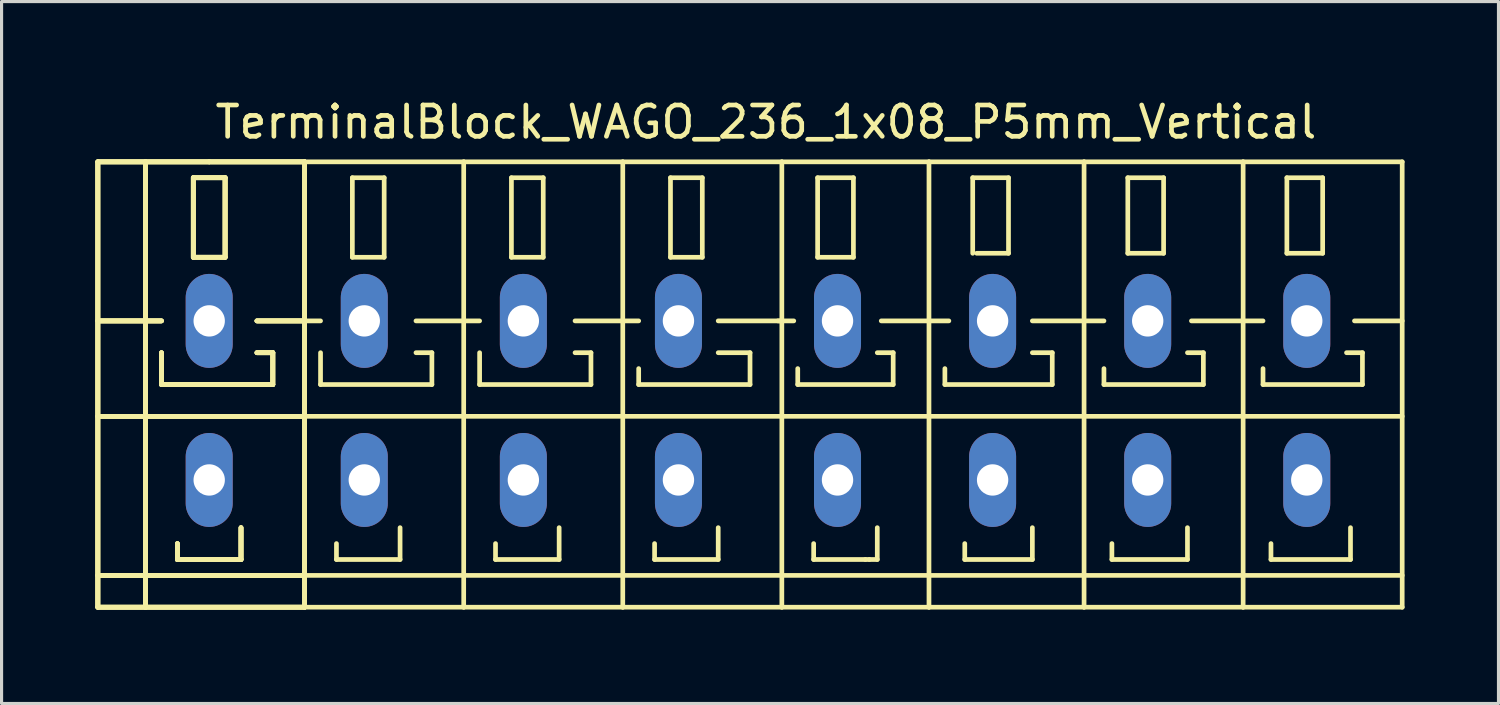
<source format=kicad_pcb>
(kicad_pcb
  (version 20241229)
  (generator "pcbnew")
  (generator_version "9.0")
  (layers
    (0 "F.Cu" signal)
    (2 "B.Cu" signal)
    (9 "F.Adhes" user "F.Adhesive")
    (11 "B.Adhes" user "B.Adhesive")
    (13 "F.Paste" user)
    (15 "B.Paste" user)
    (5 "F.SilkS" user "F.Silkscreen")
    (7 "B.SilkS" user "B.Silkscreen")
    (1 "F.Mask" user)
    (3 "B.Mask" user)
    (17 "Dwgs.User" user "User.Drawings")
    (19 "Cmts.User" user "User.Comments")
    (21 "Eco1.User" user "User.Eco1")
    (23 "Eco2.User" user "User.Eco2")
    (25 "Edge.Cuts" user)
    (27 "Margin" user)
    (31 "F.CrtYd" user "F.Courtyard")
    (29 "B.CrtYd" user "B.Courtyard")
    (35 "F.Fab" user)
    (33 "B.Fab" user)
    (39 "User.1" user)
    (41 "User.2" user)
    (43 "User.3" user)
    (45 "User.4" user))
  (footprint "TerminalBlock_WAGO_236_1x08_P5mm_Vertical"
    (layer "F.Cu")
    (at 21.411 9.738)
    (property "Reference" "TerminalBlock_WAGO_236_1x08_P5mm_Vertical" (at 0 -8.89 0) (layer "F.SilkS") (effects (font (size 1 1) (thickness 0.15))))
    (attr through_hole)
    (fp_line (start -21.336 -7.62) (end -19.812 -7.62) (stroke (width 0.15) (type solid)) (layer "F.SilkS"))
    (fp_line (start -21.336 -7.62) (end -19.812 -7.62) (stroke (width 0.15) (type solid)) (layer "F.SilkS"))
    (fp_line (start -21.336 -7.62) (end -19.812 -7.62) (stroke (width 0.15) (type solid)) (layer "F.SilkS"))
    (fp_line (start -21.336 -7.62) (end -19.812 -7.62) (stroke (width 0.15) (type solid)) (layer "F.SilkS"))
    (fp_line (start -21.336 -2.54) (end -19.304 -2.54) (stroke (width 0.15) (type solid)) (layer "F.SilkS"))
    (fp_line (start -21.336 -2.54) (end -19.304 -2.54) (stroke (width 0.15) (type solid)) (layer "F.SilkS"))
    (fp_line (start -21.336 -2.54) (end -19.304 -2.54) (stroke (width 0.15) (type solid)) (layer "F.SilkS"))
    (fp_line (start -21.336 -2.54) (end -19.304 -2.54) (stroke (width 0.15) (type solid)) (layer "F.SilkS"))
    (fp_line (start -21.336 0.508) (end -14.732 0.508) (stroke (width 0.15) (type solid)) (layer "F.SilkS"))
    (fp_line (start -21.336 0.508) (end -14.732 0.508) (stroke (width 0.15) (type solid)) (layer "F.SilkS"))
    (fp_line (start -21.336 0.508) (end -14.732 0.508) (stroke (width 0.15) (type solid)) (layer "F.SilkS"))
    (fp_line (start -21.336 0.508) (end -14.732 0.508) (stroke (width 0.15) (type solid)) (layer "F.SilkS"))
    (fp_line (start -21.336 5.588) (end -14.732 5.588) (stroke (width 0.15) (type solid)) (layer "F.SilkS"))
    (fp_line (start -21.336 5.588) (end -14.732 5.588) (stroke (width 0.15) (type solid)) (layer "F.SilkS"))
    (fp_line (start -21.336 5.588) (end -14.732 5.588) (stroke (width 0.15) (type solid)) (layer "F.SilkS"))
    (fp_line (start -21.336 5.588) (end -14.732 5.588) (stroke (width 0.15) (type solid)) (layer "F.SilkS"))
    (fp_line (start -21.336 6.604) (end -21.336 -7.62) (stroke (width 0.15) (type solid)) (layer "F.SilkS"))
    (fp_line (start -21.336 6.604) (end -21.336 -7.62) (stroke (width 0.15) (type solid)) (layer "F.SilkS"))
    (fp_line (start -21.336 6.604) (end -21.336 -7.62) (stroke (width 0.15) (type solid)) (layer "F.SilkS"))
    (fp_line (start -21.336 6.604) (end -21.336 -7.62) (stroke (width 0.15) (type solid)) (layer "F.SilkS"))
    (fp_line (start -19.812 -7.62) (end -17.78 -7.62) (stroke (width 0.15) (type solid)) (layer "F.SilkS"))
    (fp_line (start -19.812 -7.62) (end -17.78 -7.62) (stroke (width 0.15) (type solid)) (layer "F.SilkS"))
    (fp_line (start -19.812 -7.62) (end -17.78 -7.62) (stroke (width 0.15) (type solid)) (layer "F.SilkS"))
    (fp_line (start -19.812 -7.62) (end -17.78 -7.62) (stroke (width 0.15) (type solid)) (layer "F.SilkS"))
    (fp_line (start -19.812 6.604) (end -21.336 6.604) (stroke (width 0.15) (type solid)) (layer "F.SilkS"))
    (fp_line (start -19.812 6.604) (end -21.336 6.604) (stroke (width 0.15) (type solid)) (layer "F.SilkS"))
    (fp_line (start -19.812 6.604) (end -21.336 6.604) (stroke (width 0.15) (type solid)) (layer "F.SilkS"))
    (fp_line (start -19.812 6.604) (end -21.336 6.604) (stroke (width 0.15) (type solid)) (layer "F.SilkS"))
    (fp_line (start -19.812 6.604) (end -19.812 -7.62) (stroke (width 0.15) (type solid)) (layer "F.SilkS"))
    (fp_line (start -19.812 6.604) (end -19.812 -7.62) (stroke (width 0.15) (type solid)) (layer "F.SilkS"))
    (fp_line (start -19.812 6.604) (end -19.812 -7.62) (stroke (width 0.15) (type solid)) (layer "F.SilkS"))
    (fp_line (start -19.812 6.604) (end -19.812 -7.62) (stroke (width 0.15) (type solid)) (layer "F.SilkS"))
    (fp_line (start -19.304 -1.524) (end -19.304 -0.508) (stroke (width 0.15) (type solid)) (layer "F.SilkS"))
    (fp_line (start -19.304 -1.524) (end -19.304 -0.508) (stroke (width 0.15) (type solid)) (layer "F.SilkS"))
    (fp_line (start -19.304 -1.524) (end -19.304 -0.508) (stroke (width 0.15) (type solid)) (layer "F.SilkS"))
    (fp_line (start -19.304 -1.524) (end -19.304 -0.508) (stroke (width 0.15) (type solid)) (layer "F.SilkS"))
    (fp_line (start -19.304 -0.508) (end -15.748 -0.508) (stroke (width 0.15) (type solid)) (layer "F.SilkS"))
    (fp_line (start -19.304 -0.508) (end -15.748 -0.508) (stroke (width 0.15) (type solid)) (layer "F.SilkS"))
    (fp_line (start -19.304 -0.508) (end -15.748 -0.508) (stroke (width 0.15) (type solid)) (layer "F.SilkS"))
    (fp_line (start -19.304 -0.508) (end -15.748 -0.508) (stroke (width 0.15) (type solid)) (layer "F.SilkS"))
    (fp_line (start -18.796 4.572) (end -18.796 5.08) (stroke (width 0.15) (type solid)) (layer "F.SilkS"))
    (fp_line (start -18.796 4.572) (end -18.796 5.08) (stroke (width 0.15) (type solid)) (layer "F.SilkS"))
    (fp_line (start -18.796 4.572) (end -18.796 5.08) (stroke (width 0.15) (type solid)) (layer "F.SilkS"))
    (fp_line (start -18.796 4.572) (end -18.796 5.08) (stroke (width 0.15) (type solid)) (layer "F.SilkS"))
    (fp_line (start -18.796 5.08) (end -16.764 5.08) (stroke (width 0.15) (type solid)) (layer "F.SilkS"))
    (fp_line (start -18.796 5.08) (end -16.764 5.08) (stroke (width 0.15) (type solid)) (layer "F.SilkS"))
    (fp_line (start -18.796 5.08) (end -16.764 5.08) (stroke (width 0.15) (type solid)) (layer "F.SilkS"))
    (fp_line (start -18.796 5.08) (end -16.764 5.08) (stroke (width 0.15) (type solid)) (layer "F.SilkS"))
    (fp_line (start -18.288 -7.112) (end -17.272 -7.112) (stroke (width 0.15) (type solid)) (layer "F.SilkS"))
    (fp_line (start -18.288 -7.112) (end -17.272 -7.112) (stroke (width 0.15) (type solid)) (layer "F.SilkS"))
    (fp_line (start -18.288 -7.112) (end -17.272 -7.112) (stroke (width 0.15) (type solid)) (layer "F.SilkS"))
    (fp_line (start -18.288 -7.112) (end -17.272 -7.112) (stroke (width 0.15) (type solid)) (layer "F.SilkS"))
    (fp_line (start -18.288 -4.572) (end -18.288 -7.112) (stroke (width 0.15) (type solid)) (layer "F.SilkS"))
    (fp_line (start -18.288 -4.572) (end -18.288 -7.112) (stroke (width 0.15) (type solid)) (layer "F.SilkS"))
    (fp_line (start -18.288 -4.572) (end -18.288 -7.112) (stroke (width 0.15) (type solid)) (layer "F.SilkS"))
    (fp_line (start -18.288 -4.572) (end -18.288 -7.112) (stroke (width 0.15) (type solid)) (layer "F.SilkS"))
    (fp_line (start -17.78 -7.62) (end -14.732 -7.62) (stroke (width 0.15) (type solid)) (layer "F.SilkS"))
    (fp_line (start -17.78 -7.62) (end -14.732 -7.62) (stroke (width 0.15) (type solid)) (layer "F.SilkS"))
    (fp_line (start -17.78 -7.62) (end -14.732 -7.62) (stroke (width 0.15) (type solid)) (layer "F.SilkS"))
    (fp_line (start -17.78 -7.62) (end -14.732 -7.62) (stroke (width 0.15) (type solid)) (layer "F.SilkS"))
    (fp_line (start -17.272 -7.112) (end -17.272 -4.572) (stroke (width 0.15) (type solid)) (layer "F.SilkS"))
    (fp_line (start -17.272 -7.112) (end -17.272 -4.572) (stroke (width 0.15) (type solid)) (layer "F.SilkS"))
    (fp_line (start -17.272 -7.112) (end -17.272 -4.572) (stroke (width 0.15) (type solid)) (layer "F.SilkS"))
    (fp_line (start -17.272 -7.112) (end -17.272 -4.572) (stroke (width 0.15) (type solid)) (layer "F.SilkS"))
    (fp_line (start -17.272 -4.572) (end -18.288 -4.572) (stroke (width 0.15) (type solid)) (layer "F.SilkS"))
    (fp_line (start -17.272 -4.572) (end -18.288 -4.572) (stroke (width 0.15) (type solid)) (layer "F.SilkS"))
    (fp_line (start -17.272 -4.572) (end -18.288 -4.572) (stroke (width 0.15) (type solid)) (layer "F.SilkS"))
    (fp_line (start -17.272 -4.572) (end -18.288 -4.572) (stroke (width 0.15) (type solid)) (layer "F.SilkS"))
    (fp_line (start -16.764 5.08) (end -16.764 4.064) (stroke (width 0.15) (type solid)) (layer "F.SilkS"))
    (fp_line (start -16.764 5.08) (end -16.764 4.064) (stroke (width 0.15) (type solid)) (layer "F.SilkS"))
    (fp_line (start -16.764 5.08) (end -16.764 4.064) (stroke (width 0.15) (type solid)) (layer "F.SilkS"))
    (fp_line (start -16.764 5.08) (end -16.764 4.064) (stroke (width 0.15) (type solid)) (layer "F.SilkS"))
    (fp_line (start -16.256 -2.54) (end -14.732 -2.54) (stroke (width 0.15) (type solid)) (layer "F.SilkS"))
    (fp_line (start -16.256 -2.54) (end -14.732 -2.54) (stroke (width 0.15) (type solid)) (layer "F.SilkS"))
    (fp_line (start -16.256 -2.54) (end -14.732 -2.54) (stroke (width 0.15) (type solid)) (layer "F.SilkS"))
    (fp_line (start -16.256 -2.54) (end -14.732 -2.54) (stroke (width 0.15) (type solid)) (layer "F.SilkS"))
    (fp_line (start -15.748 -1.524) (end -16.256 -1.524) (stroke (width 0.15) (type solid)) (layer "F.SilkS"))
    (fp_line (start -15.748 -1.524) (end -16.256 -1.524) (stroke (width 0.15) (type solid)) (layer "F.SilkS"))
    (fp_line (start -15.748 -1.524) (end -16.256 -1.524) (stroke (width 0.15) (type solid)) (layer "F.SilkS"))
    (fp_line (start -15.748 -1.524) (end -16.256 -1.524) (stroke (width 0.15) (type solid)) (layer "F.SilkS"))
    (fp_line (start -15.748 -0.508) (end -15.748 -1.524) (stroke (width 0.15) (type solid)) (layer "F.SilkS"))
    (fp_line (start -15.748 -0.508) (end -15.748 -1.524) (stroke (width 0.15) (type solid)) (layer "F.SilkS"))
    (fp_line (start -15.748 -0.508) (end -15.748 -1.524) (stroke (width 0.15) (type solid)) (layer "F.SilkS"))
    (fp_line (start -15.748 -0.508) (end -15.748 -1.524) (stroke (width 0.15) (type solid)) (layer "F.SilkS"))
    (fp_line (start -14.732 -7.62) (end -14.732 6.604) (stroke (width 0.15) (type solid)) (layer "F.SilkS"))
    (fp_line (start -14.732 -7.62) (end -14.732 6.604) (stroke (width 0.15) (type solid)) (layer "F.SilkS"))
    (fp_line (start -14.732 -7.62) (end -14.732 6.604) (stroke (width 0.15) (type solid)) (layer "F.SilkS"))
    (fp_line (start -14.732 -7.62) (end -14.732 6.604) (stroke (width 0.15) (type solid)) (layer "F.SilkS"))
    (fp_line (start -14.732 -2.54) (end -14.224 -2.54) (stroke (width 0.15) (type solid)) (layer "F.SilkS"))
    (fp_line (start -14.732 0.508) (end -9.652 0.508) (stroke (width 0.15) (type solid)) (layer "F.SilkS"))
    (fp_line (start -14.732 5.588) (end -9.652 5.588) (stroke (width 0.15) (type solid)) (layer "F.SilkS"))
    (fp_line (start -14.732 6.604) (end -19.812 6.604) (stroke (width 0.15) (type solid)) (layer "F.SilkS"))
    (fp_line (start -14.732 6.604) (end -19.812 6.604) (stroke (width 0.15) (type solid)) (layer "F.SilkS"))
    (fp_line (start -14.732 6.604) (end -19.812 6.604) (stroke (width 0.15) (type solid)) (layer "F.SilkS"))
    (fp_line (start -14.732 6.604) (end -19.812 6.604) (stroke (width 0.15) (type solid)) (layer "F.SilkS"))
    (fp_line (start -14.732 6.604) (end -9.652 6.604) (stroke (width 0.15) (type solid)) (layer "F.SilkS"))
    (fp_line (start -14.224 -1.524) (end -14.224 -0.508) (stroke (width 0.15) (type solid)) (layer "F.SilkS"))
    (fp_line (start -14.224 -0.508) (end -10.668 -0.508) (stroke (width 0.15) (type solid)) (layer "F.SilkS"))
    (fp_line (start -13.716 4.572) (end -13.716 5.08) (stroke (width 0.15) (type solid)) (layer "F.SilkS"))
    (fp_line (start -13.716 5.08) (end -11.684 5.08) (stroke (width 0.15) (type solid)) (layer "F.SilkS"))
    (fp_line (start -13.208 -7.112) (end -13.208 -4.572) (stroke (width 0.15) (type solid)) (layer "F.SilkS"))
    (fp_line (start -13.208 -4.572) (end -12.192 -4.572) (stroke (width 0.15) (type solid)) (layer "F.SilkS"))
    (fp_line (start -12.192 -7.112) (end -13.208 -7.112) (stroke (width 0.15) (type solid)) (layer "F.SilkS"))
    (fp_line (start -12.192 -4.572) (end -12.192 -7.112) (stroke (width 0.15) (type solid)) (layer "F.SilkS"))
    (fp_line (start -11.684 5.08) (end -11.684 4.064) (stroke (width 0.15) (type solid)) (layer "F.SilkS"))
    (fp_line (start -11.176 -2.54) (end -9.652 -2.54) (stroke (width 0.15) (type solid)) (layer "F.SilkS"))
    (fp_line (start -10.668 -1.524) (end -11.176 -1.524) (stroke (width 0.15) (type solid)) (layer "F.SilkS"))
    (fp_line (start -10.668 -0.508) (end -10.668 -1.524) (stroke (width 0.15) (type solid)) (layer "F.SilkS"))
    (fp_line (start -9.652 -7.62) (end -14.732 -7.62) (stroke (width 0.15) (type solid)) (layer "F.SilkS"))
    (fp_line (start -9.652 -2.54) (end -9.144 -2.54) (stroke (width 0.15) (type solid)) (layer "F.SilkS"))
    (fp_line (start -9.652 0.508) (end -4.572 0.508) (stroke (width 0.15) (type solid)) (layer "F.SilkS"))
    (fp_line (start -9.652 5.588) (end -4.572 5.588) (stroke (width 0.15) (type solid)) (layer "F.SilkS"))
    (fp_line (start -9.652 6.604) (end -9.652 -7.62) (stroke (width 0.15) (type solid)) (layer "F.SilkS"))
    (fp_line (start -9.652 6.604) (end -4.572 6.604) (stroke (width 0.15) (type solid)) (layer "F.SilkS"))
    (fp_line (start -9.144 -1.524) (end -9.144 -0.508) (stroke (width 0.15) (type solid)) (layer "F.SilkS"))
    (fp_line (start -9.144 -0.508) (end -5.588 -0.508) (stroke (width 0.15) (type solid)) (layer "F.SilkS"))
    (fp_line (start -8.636 4.572) (end -8.636 5.08) (stroke (width 0.15) (type solid)) (layer "F.SilkS"))
    (fp_line (start -8.636 5.08) (end -6.604 5.08) (stroke (width 0.15) (type solid)) (layer "F.SilkS"))
    (fp_line (start -8.128 -7.112) (end -8.128 -4.572) (stroke (width 0.15) (type solid)) (layer "F.SilkS"))
    (fp_line (start -8.128 -4.572) (end -7.112 -4.572) (stroke (width 0.15) (type solid)) (layer "F.SilkS"))
    (fp_line (start -7.112 -7.112) (end -8.128 -7.112) (stroke (width 0.15) (type solid)) (layer "F.SilkS"))
    (fp_line (start -7.112 -4.572) (end -7.112 -7.112) (stroke (width 0.15) (type solid)) (layer "F.SilkS"))
    (fp_line (start -6.604 5.08) (end -6.604 4.064) (stroke (width 0.15) (type solid)) (layer "F.SilkS"))
    (fp_line (start -6.096 -2.54) (end -4.572 -2.54) (stroke (width 0.15) (type solid)) (layer "F.SilkS"))
    (fp_line (start -5.588 -1.524) (end -6.096 -1.524) (stroke (width 0.15) (type solid)) (layer "F.SilkS"))
    (fp_line (start -5.588 -0.508) (end -5.588 -1.524) (stroke (width 0.15) (type solid)) (layer "F.SilkS"))
    (fp_line (start -4.572 -7.62) (end -9.652 -7.62) (stroke (width 0.15) (type solid)) (layer "F.SilkS"))
    (fp_line (start -4.572 -2.54) (end -4.064 -2.54) (stroke (width 0.15) (type solid)) (layer "F.SilkS"))
    (fp_line (start -4.572 0.508) (end 0.508 0.508) (stroke (width 0.15) (type solid)) (layer "F.SilkS"))
    (fp_line (start -4.572 5.588) (end 0.508 5.588) (stroke (width 0.15) (type solid)) (layer "F.SilkS"))
    (fp_line (start -4.572 6.604) (end -4.572 -7.62) (stroke (width 0.15) (type solid)) (layer "F.SilkS"))
    (fp_line (start -4.572 6.604) (end 0.508 6.604) (stroke (width 0.15) (type solid)) (layer "F.SilkS"))
    (fp_line (start -4.064 -1.016) (end -4.064 -0.508) (stroke (width 0.15) (type solid)) (layer "F.SilkS"))
    (fp_line (start -4.064 -0.508) (end -0.508 -0.508) (stroke (width 0.15) (type solid)) (layer "F.SilkS"))
    (fp_line (start -3.556 4.572) (end -3.556 5.08) (stroke (width 0.15) (type solid)) (layer "F.SilkS"))
    (fp_line (start -3.556 5.08) (end -1.524 5.08) (stroke (width 0.15) (type solid)) (layer "F.SilkS"))
    (fp_line (start -3.048 -7.112) (end -3.048 -4.572) (stroke (width 0.15) (type solid)) (layer "F.SilkS"))
    (fp_line (start -3.048 -4.572) (end -2.032 -4.572) (stroke (width 0.15) (type solid)) (layer "F.SilkS"))
    (fp_line (start -2.032 -7.112) (end -3.048 -7.112) (stroke (width 0.15) (type solid)) (layer "F.SilkS"))
    (fp_line (start -2.032 -4.572) (end -2.032 -7.112) (stroke (width 0.15) (type solid)) (layer "F.SilkS"))
    (fp_line (start -1.524 -2.54) (end 0.508 -2.54) (stroke (width 0.15) (type solid)) (layer "F.SilkS"))
    (fp_line (start -1.524 5.08) (end -1.524 4.064) (stroke (width 0.15) (type solid)) (layer "F.SilkS"))
    (fp_line (start -0.508 -1.524) (end -1.524 -1.524) (stroke (width 0.15) (type solid)) (layer "F.SilkS"))
    (fp_line (start -0.508 -0.508) (end -0.508 -1.524) (stroke (width 0.15) (type solid)) (layer "F.SilkS"))
    (fp_line (start 0.381 -2.54) (end 0.889 -2.54) (stroke (width 0.15) (type solid)) (layer "F.SilkS"))
    (fp_line (start 0.508 -7.62) (end -4.572 -7.62) (stroke (width 0.15) (type solid)) (layer "F.SilkS"))
    (fp_line (start 0.508 0.508) (end 5.207 0.508) (stroke (width 0.15) (type solid)) (layer "F.SilkS"))
    (fp_line (start 0.508 5.588) (end 5.207 5.588) (stroke (width 0.15) (type solid)) (layer "F.SilkS"))
    (fp_line (start 0.508 6.604) (end 0.508 -7.62) (stroke (width 0.15) (type solid)) (layer "F.SilkS"))
    (fp_line (start 0.508 6.604) (end 5.207 6.604) (stroke (width 0.15) (type solid)) (layer "F.SilkS"))
    (fp_line (start 1.016 -1.016) (end 1.016 -0.508) (stroke (width 0.15) (type solid)) (layer "F.SilkS"))
    (fp_line (start 1.016 -0.508) (end 4.064 -0.508) (stroke (width 0.15) (type solid)) (layer "F.SilkS"))
    (fp_line (start 1.524 4.572) (end 1.524 5.08) (stroke (width 0.15) (type solid)) (layer "F.SilkS"))
    (fp_line (start 1.524 5.08) (end 3.175 5.08) (stroke (width 0.15) (type solid)) (layer "F.SilkS"))
    (fp_line (start 1.651 -7.112) (end 2.794 -7.112) (stroke (width 0.15) (type solid)) (layer "F.SilkS"))
    (fp_line (start 1.651 -4.572) (end 1.651 -7.112) (stroke (width 0.15) (type solid)) (layer "F.SilkS"))
    (fp_line (start 2.794 -7.112) (end 2.794 -4.572) (stroke (width 0.15) (type solid)) (layer "F.SilkS"))
    (fp_line (start 2.794 -4.572) (end 1.651 -4.572) (stroke (width 0.15) (type solid)) (layer "F.SilkS"))
    (fp_line (start 3.175 5.08) (end 3.302 5.08) (stroke (width 0.15) (type solid)) (layer "F.SilkS"))
    (fp_line (start 3.302 5.08) (end 3.556 5.08) (stroke (width 0.15) (type solid)) (layer "F.SilkS"))
    (fp_line (start 3.556 5.08) (end 3.556 4.064) (stroke (width 0.15) (type solid)) (layer "F.SilkS"))
    (fp_line (start 3.683 -2.54) (end 5.207 -2.54) (stroke (width 0.15) (type solid)) (layer "F.SilkS"))
    (fp_line (start 4.064 -1.524) (end 3.556 -1.524) (stroke (width 0.15) (type solid)) (layer "F.SilkS"))
    (fp_line (start 4.064 -0.508) (end 4.064 -1.524) (stroke (width 0.15) (type solid)) (layer "F.SilkS"))
    (fp_line (start 5.207 -7.62) (end 0.508 -7.62) (stroke (width 0.15) (type solid)) (layer "F.SilkS"))
    (fp_line (start 5.207 -2.54) (end 5.842 -2.54) (stroke (width 0.15) (type solid)) (layer "F.SilkS"))
    (fp_line (start 5.207 0.508) (end 10.16 0.508) (stroke (width 0.15) (type solid)) (layer "F.SilkS"))
    (fp_line (start 5.207 5.588) (end 10.16 5.588) (stroke (width 0.15) (type solid)) (layer "F.SilkS"))
    (fp_line (start 5.207 6.604) (end 5.207 -7.62) (stroke (width 0.15) (type solid)) (layer "F.SilkS"))
    (fp_line (start 5.207 6.604) (end 10.16 6.604) (stroke (width 0.15) (type solid)) (layer "F.SilkS"))
    (fp_line (start 5.715 -1.016) (end 5.715 -0.508) (stroke (width 0.15) (type solid)) (layer "F.SilkS"))
    (fp_line (start 5.715 -0.508) (end 9.144 -0.508) (stroke (width 0.15) (type solid)) (layer "F.SilkS"))
    (fp_line (start 6.35 4.572) (end 6.35 5.08) (stroke (width 0.15) (type solid)) (layer "F.SilkS"))
    (fp_line (start 6.35 5.08) (end 8.509 5.08) (stroke (width 0.15) (type solid)) (layer "F.SilkS"))
    (fp_line (start 6.604 -7.112) (end 6.604 -4.699) (stroke (width 0.15) (type solid)) (layer "F.SilkS"))
    (fp_line (start 6.731 -4.699) (end 7.747 -4.699) (stroke (width 0.15) (type solid)) (layer "F.SilkS"))
    (fp_line (start 7.747 -7.112) (end 6.604 -7.112) (stroke (width 0.15) (type solid)) (layer "F.SilkS"))
    (fp_line (start 7.747 -4.699) (end 7.747 -7.112) (stroke (width 0.15) (type solid)) (layer "F.SilkS"))
    (fp_line (start 8.509 -2.54) (end 10.16 -2.54) (stroke (width 0.15) (type solid)) (layer "F.SilkS"))
    (fp_line (start 8.509 5.08) (end 8.509 4.064) (stroke (width 0.15) (type solid)) (layer "F.SilkS"))
    (fp_line (start 9.144 -1.524) (end 8.509 -1.524) (stroke (width 0.15) (type solid)) (layer "F.SilkS"))
    (fp_line (start 9.144 -0.508) (end 9.144 -1.524) (stroke (width 0.15) (type solid)) (layer "F.SilkS"))
    (fp_line (start 10.16 -7.62) (end 5.207 -7.62) (stroke (width 0.15) (type solid)) (layer "F.SilkS"))
    (fp_line (start 10.16 -2.54) (end 10.795 -2.54) (stroke (width 0.15) (type solid)) (layer "F.SilkS"))
    (fp_line (start 10.16 0.508) (end 15.24 0.508) (stroke (width 0.15) (type solid)) (layer "F.SilkS"))
    (fp_line (start 10.16 5.588) (end 15.24 5.588) (stroke (width 0.15) (type solid)) (layer "F.SilkS"))
    (fp_line (start 10.16 6.604) (end 10.16 -7.62) (stroke (width 0.15) (type solid)) (layer "F.SilkS"))
    (fp_line (start 10.16 6.604) (end 15.24 6.604) (stroke (width 0.15) (type solid)) (layer "F.SilkS"))
    (fp_line (start 10.795 -1.016) (end 10.795 -0.508) (stroke (width 0.15) (type solid)) (layer "F.SilkS"))
    (fp_line (start 10.795 -0.508) (end 13.97 -0.508) (stroke (width 0.15) (type solid)) (layer "F.SilkS"))
    (fp_line (start 11.049 4.572) (end 11.049 5.08) (stroke (width 0.15) (type solid)) (layer "F.SilkS"))
    (fp_line (start 11.049 5.08) (end 13.462 5.08) (stroke (width 0.15) (type solid)) (layer "F.SilkS"))
    (fp_line (start 11.557 -7.112) (end 11.557 -4.699) (stroke (width 0.15) (type solid)) (layer "F.SilkS"))
    (fp_line (start 11.557 -4.699) (end 12.7 -4.699) (stroke (width 0.15) (type solid)) (layer "F.SilkS"))
    (fp_line (start 12.7 -7.112) (end 11.557 -7.112) (stroke (width 0.15) (type solid)) (layer "F.SilkS"))
    (fp_line (start 12.7 -4.699) (end 12.7 -7.112) (stroke (width 0.15) (type solid)) (layer "F.SilkS"))
    (fp_line (start 13.462 5.08) (end 13.462 4.064) (stroke (width 0.15) (type solid)) (layer "F.SilkS"))
    (fp_line (start 13.589 -2.54) (end 15.24 -2.54) (stroke (width 0.15) (type solid)) (layer "F.SilkS"))
    (fp_line (start 13.97 -1.524) (end 13.462 -1.524) (stroke (width 0.15) (type solid)) (layer "F.SilkS"))
    (fp_line (start 13.97 -0.508) (end 13.97 -1.524) (stroke (width 0.15) (type solid)) (layer "F.SilkS"))
    (fp_line (start 15.24 -7.62) (end 10.16 -7.62) (stroke (width 0.15) (type solid)) (layer "F.SilkS"))
    (fp_line (start 15.24 -2.54) (end 15.875 -2.54) (stroke (width 0.15) (type solid)) (layer "F.SilkS"))
    (fp_line (start 15.24 0.508) (end 20.32 0.508) (stroke (width 0.15) (type solid)) (layer "F.SilkS"))
    (fp_line (start 15.24 5.588) (end 20.32 5.588) (stroke (width 0.15) (type solid)) (layer "F.SilkS"))
    (fp_line (start 15.24 6.604) (end 15.24 -7.62) (stroke (width 0.15) (type solid)) (layer "F.SilkS"))
    (fp_line (start 15.24 6.604) (end 20.32 6.604) (stroke (width 0.15) (type solid)) (layer "F.SilkS"))
    (fp_line (start 15.875 -1.016) (end 15.875 -0.508) (stroke (width 0.15) (type solid)) (layer "F.SilkS"))
    (fp_line (start 15.875 -0.508) (end 19.05 -0.508) (stroke (width 0.15) (type solid)) (layer "F.SilkS"))
    (fp_line (start 16.129 4.572) (end 16.129 5.08) (stroke (width 0.15) (type solid)) (layer "F.SilkS"))
    (fp_line (start 16.129 5.08) (end 18.669 5.08) (stroke (width 0.15) (type solid)) (layer "F.SilkS"))
    (fp_line (start 16.637 -7.112) (end 16.637 -4.699) (stroke (width 0.15) (type solid)) (layer "F.SilkS"))
    (fp_line (start 16.637 -4.699) (end 17.78 -4.699) (stroke (width 0.15) (type solid)) (layer "F.SilkS"))
    (fp_line (start 17.78 -7.112) (end 16.637 -7.112) (stroke (width 0.15) (type solid)) (layer "F.SilkS"))
    (fp_line (start 17.78 -4.699) (end 17.78 -7.112) (stroke (width 0.15) (type solid)) (layer "F.SilkS"))
    (fp_line (start 18.669 5.08) (end 18.669 4.064) (stroke (width 0.15) (type solid)) (layer "F.SilkS"))
    (fp_line (start 18.796 -2.54) (end 20.32 -2.54) (stroke (width 0.15) (type solid)) (layer "F.SilkS"))
    (fp_line (start 19.05 -1.524) (end 18.542 -1.524) (stroke (width 0.15) (type solid)) (layer "F.SilkS"))
    (fp_line (start 19.05 -0.508) (end 19.05 -1.524) (stroke (width 0.15) (type solid)) (layer "F.SilkS"))
    (fp_line (start 20.32 -7.62) (end 15.24 -7.62) (stroke (width 0.15) (type solid)) (layer "F.SilkS"))
    (fp_line (start 20.32 6.604) (end 20.32 -7.62) (stroke (width 0.15) (type solid)) (layer "F.SilkS"))
    (pad "1" thru_hole oval (at -17.78 -2.54 90) (size 3 1.501) (drill 1.001) (layers "*.Cu" "*.Mask"))
    (pad "1" thru_hole oval (at -17.78 2.54 90) (size 3 1.501) (drill 1.001) (layers "*.Cu" "*.Mask"))
    (pad "2" thru_hole oval (at -12.827 -2.54 90) (size 3 1.501) (drill 1.001) (layers "*.Cu" "*.Mask"))
    (pad "2" thru_hole oval (at -12.827 2.54 90) (size 3 1.501) (drill 1.001) (layers "*.Cu" "*.Mask"))
    (pad "3" thru_hole oval (at -7.747 -2.54 90) (size 3 1.501) (drill 1.001) (layers "*.Cu" "*.Mask"))
    (pad "3" thru_hole oval (at -7.747 2.54 90) (size 3 1.501) (drill 1.001) (layers "*.Cu" "*.Mask"))
    (pad "4" thru_hole oval (at -2.794 -2.54 90) (size 3 1.501) (drill 1.001) (layers "*.Cu" "*.Mask"))
    (pad "4" thru_hole oval (at -2.794 2.54 90) (size 3 1.501) (drill 1.001) (layers "*.Cu" "*.Mask"))
    (pad "5" thru_hole oval (at 2.286 -2.54 90) (size 3 1.501) (drill 1.001) (layers "*.Cu" "*.Mask"))
    (pad "5" thru_hole oval (at 2.286 2.54 90) (size 3 1.501) (drill 1.001) (layers "*.Cu" "*.Mask"))
    (pad "6" thru_hole oval (at 7.239 -2.54 90) (size 3 1.501) (drill 1.001) (layers "*.Cu" "*.Mask"))
    (pad "6" thru_hole oval (at 7.239 2.54 90) (size 3 1.501) (drill 1.001) (layers "*.Cu" "*.Mask"))
    (pad "7" thru_hole oval (at 12.192 -2.54 90) (size 3 1.501) (drill 1.001) (layers "*.Cu" "*.Mask"))
    (pad "7" thru_hole oval (at 12.192 2.54 90) (size 3 1.501) (drill 1.001) (layers "*.Cu" "*.Mask"))
    (pad "8" thru_hole oval (at 17.272 -2.54 90) (size 3 1.501) (drill 1.001) (layers "*.Cu" "*.Mask"))
    (pad "8" thru_hole oval (at 17.272 2.54 90) (size 3 1.501) (drill 1.001) (layers "*.Cu" "*.Mask")))
  (gr_rect
    (start -3 -3)
    (end 44.806 19.417)
    (stroke (width 0.1) (type default))
    (fill no)
    (layer "Edge.Cuts")))
</source>
